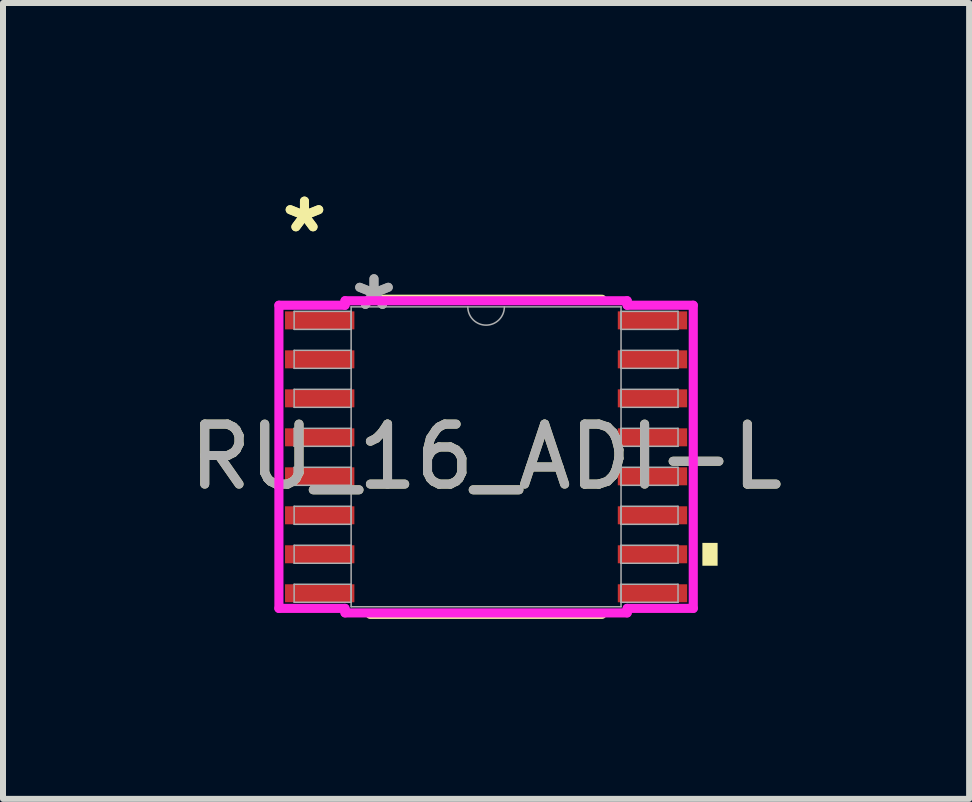
<source format=kicad_pcb>
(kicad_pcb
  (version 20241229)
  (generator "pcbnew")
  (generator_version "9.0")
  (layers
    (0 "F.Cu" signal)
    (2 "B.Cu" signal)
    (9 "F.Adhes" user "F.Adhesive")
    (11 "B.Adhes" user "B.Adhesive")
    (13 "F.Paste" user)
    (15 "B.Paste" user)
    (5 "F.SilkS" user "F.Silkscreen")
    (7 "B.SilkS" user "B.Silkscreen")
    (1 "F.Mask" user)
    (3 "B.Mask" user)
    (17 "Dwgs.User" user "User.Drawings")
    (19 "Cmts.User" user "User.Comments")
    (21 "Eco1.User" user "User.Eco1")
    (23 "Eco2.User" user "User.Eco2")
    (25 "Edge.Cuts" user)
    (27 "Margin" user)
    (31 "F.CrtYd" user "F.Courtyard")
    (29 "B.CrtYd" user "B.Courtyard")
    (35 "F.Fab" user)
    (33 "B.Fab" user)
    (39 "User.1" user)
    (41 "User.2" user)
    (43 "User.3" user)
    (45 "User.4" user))
  (footprint "RU_16_ADI-L"
    (layer "F.Cu")
    (at 5.054 4.566)
    (property "Reference" "RU_16_ADI-L" (at 0 0 0) (unlocked yes) (layer "F.SilkS") (effects (font (size 1 1) (thickness 0.15))))
    (attr smd)
    (fp_line (start -1.932 2.627) (end 1.932 2.627) (stroke (width 0.152) (type solid)) (layer "F.SilkS"))
    (fp_line (start 1.932 -2.627) (end -1.932 -2.627) (stroke (width 0.152) (type solid)) (layer "F.SilkS"))
    (fp_poly (pts (xy 3.86 1.435) (xy 3.86 1.816) (xy 3.606 1.816) (xy 3.606 1.435)) (stroke (width 0) (type solid)) (fill yes) (layer "F.SilkS"))
    (fp_line (start -3.454 -2.527) (end -2.352 -2.527) (stroke (width 0.152) (type solid)) (layer "F.CrtYd"))
    (fp_line (start -3.454 2.527) (end -3.454 -2.527) (stroke (width 0.152) (type solid)) (layer "F.CrtYd"))
    (fp_line (start -3.454 2.527) (end -2.352 2.527) (stroke (width 0.152) (type solid)) (layer "F.CrtYd"))
    (fp_line (start -2.352 -2.602) (end 2.352 -2.602) (stroke (width 0.152) (type solid)) (layer "F.CrtYd"))
    (fp_line (start -2.352 -2.527) (end -2.352 -2.602) (stroke (width 0.152) (type solid)) (layer "F.CrtYd"))
    (fp_line (start -2.352 2.602) (end -2.352 2.527) (stroke (width 0.152) (type solid)) (layer "F.CrtYd"))
    (fp_line (start 2.352 -2.602) (end 2.352 -2.527) (stroke (width 0.152) (type solid)) (layer "F.CrtYd"))
    (fp_line (start 2.352 2.527) (end 2.352 2.602) (stroke (width 0.152) (type solid)) (layer "F.CrtYd"))
    (fp_line (start 2.352 2.602) (end -2.352 2.602) (stroke (width 0.152) (type solid)) (layer "F.CrtYd"))
    (fp_line (start 3.454 -2.527) (end 2.352 -2.527) (stroke (width 0.152) (type solid)) (layer "F.CrtYd"))
    (fp_line (start 3.454 -2.527) (end 3.454 2.527) (stroke (width 0.152) (type solid)) (layer "F.CrtYd"))
    (fp_line (start 3.454 2.527) (end 2.352 2.527) (stroke (width 0.152) (type solid)) (layer "F.CrtYd"))
    (fp_line (start -3.2 -2.425) (end -3.2 -2.125) (stroke (width 0.025) (type solid)) (layer "F.Fab"))
    (fp_line (start -3.2 -2.125) (end -2.25 -2.125) (stroke (width 0.025) (type solid)) (layer "F.Fab"))
    (fp_line (start -3.2 -1.775) (end -3.2 -1.475) (stroke (width 0.025) (type solid)) (layer "F.Fab"))
    (fp_line (start -3.2 -1.475) (end -2.25 -1.475) (stroke (width 0.025) (type solid)) (layer "F.Fab"))
    (fp_line (start -3.2 -1.125) (end -3.2 -0.825) (stroke (width 0.025) (type solid)) (layer "F.Fab"))
    (fp_line (start -3.2 -0.825) (end -2.25 -0.825) (stroke (width 0.025) (type solid)) (layer "F.Fab"))
    (fp_line (start -3.2 -0.475) (end -3.2 -0.175) (stroke (width 0.025) (type solid)) (layer "F.Fab"))
    (fp_line (start -3.2 -0.175) (end -2.25 -0.175) (stroke (width 0.025) (type solid)) (layer "F.Fab"))
    (fp_line (start -3.2 0.175) (end -3.2 0.475) (stroke (width 0.025) (type solid)) (layer "F.Fab"))
    (fp_line (start -3.2 0.475) (end -2.25 0.475) (stroke (width 0.025) (type solid)) (layer "F.Fab"))
    (fp_line (start -3.2 0.825) (end -3.2 1.125) (stroke (width 0.025) (type solid)) (layer "F.Fab"))
    (fp_line (start -3.2 1.125) (end -2.25 1.125) (stroke (width 0.025) (type solid)) (layer "F.Fab"))
    (fp_line (start -3.2 1.475) (end -3.2 1.775) (stroke (width 0.025) (type solid)) (layer "F.Fab"))
    (fp_line (start -3.2 1.775) (end -2.25 1.775) (stroke (width 0.025) (type solid)) (layer "F.Fab"))
    (fp_line (start -3.2 2.125) (end -3.2 2.425) (stroke (width 0.025) (type solid)) (layer "F.Fab"))
    (fp_line (start -3.2 2.425) (end -2.25 2.425) (stroke (width 0.025) (type solid)) (layer "F.Fab"))
    (fp_line (start -2.25 -2.5) (end -2.25 2.5) (stroke (width 0.025) (type solid)) (layer "F.Fab"))
    (fp_line (start -2.25 -2.425) (end -3.2 -2.425) (stroke (width 0.025) (type solid)) (layer "F.Fab"))
    (fp_line (start -2.25 -2.125) (end -2.25 -2.425) (stroke (width 0.025) (type solid)) (layer "F.Fab"))
    (fp_line (start -2.25 -1.775) (end -3.2 -1.775) (stroke (width 0.025) (type solid)) (layer "F.Fab"))
    (fp_line (start -2.25 -1.475) (end -2.25 -1.775) (stroke (width 0.025) (type solid)) (layer "F.Fab"))
    (fp_line (start -2.25 -1.125) (end -3.2 -1.125) (stroke (width 0.025) (type solid)) (layer "F.Fab"))
    (fp_line (start -2.25 -0.825) (end -2.25 -1.125) (stroke (width 0.025) (type solid)) (layer "F.Fab"))
    (fp_line (start -2.25 -0.475) (end -3.2 -0.475) (stroke (width 0.025) (type solid)) (layer "F.Fab"))
    (fp_line (start -2.25 -0.175) (end -2.25 -0.475) (stroke (width 0.025) (type solid)) (layer "F.Fab"))
    (fp_line (start -2.25 0.175) (end -3.2 0.175) (stroke (width 0.025) (type solid)) (layer "F.Fab"))
    (fp_line (start -2.25 0.475) (end -2.25 0.175) (stroke (width 0.025) (type solid)) (layer "F.Fab"))
    (fp_line (start -2.25 0.825) (end -3.2 0.825) (stroke (width 0.025) (type solid)) (layer "F.Fab"))
    (fp_line (start -2.25 1.125) (end -2.25 0.825) (stroke (width 0.025) (type solid)) (layer "F.Fab"))
    (fp_line (start -2.25 1.475) (end -3.2 1.475) (stroke (width 0.025) (type solid)) (layer "F.Fab"))
    (fp_line (start -2.25 1.775) (end -2.25 1.475) (stroke (width 0.025) (type solid)) (layer "F.Fab"))
    (fp_line (start -2.25 2.125) (end -3.2 2.125) (stroke (width 0.025) (type solid)) (layer "F.Fab"))
    (fp_line (start -2.25 2.425) (end -2.25 2.125) (stroke (width 0.025) (type solid)) (layer "F.Fab"))
    (fp_line (start -2.25 2.5) (end 2.25 2.5) (stroke (width 0.025) (type solid)) (layer "F.Fab"))
    (fp_line (start 2.25 -2.5) (end -2.25 -2.5) (stroke (width 0.025) (type solid)) (layer "F.Fab"))
    (fp_line (start 2.25 -2.425) (end 2.25 -2.125) (stroke (width 0.025) (type solid)) (layer "F.Fab"))
    (fp_line (start 2.25 -2.125) (end 3.2 -2.125) (stroke (width 0.025) (type solid)) (layer "F.Fab"))
    (fp_line (start 2.25 -1.775) (end 2.25 -1.475) (stroke (width 0.025) (type solid)) (layer "F.Fab"))
    (fp_line (start 2.25 -1.475) (end 3.2 -1.475) (stroke (width 0.025) (type solid)) (layer "F.Fab"))
    (fp_line (start 2.25 -1.125) (end 2.25 -0.825) (stroke (width 0.025) (type solid)) (layer "F.Fab"))
    (fp_line (start 2.25 -0.825) (end 3.2 -0.825) (stroke (width 0.025) (type solid)) (layer "F.Fab"))
    (fp_line (start 2.25 -0.475) (end 2.25 -0.175) (stroke (width 0.025) (type solid)) (layer "F.Fab"))
    (fp_line (start 2.25 -0.175) (end 3.2 -0.175) (stroke (width 0.025) (type solid)) (layer "F.Fab"))
    (fp_line (start 2.25 0.175) (end 2.25 0.475) (stroke (width 0.025) (type solid)) (layer "F.Fab"))
    (fp_line (start 2.25 0.475) (end 3.2 0.475) (stroke (width 0.025) (type solid)) (layer "F.Fab"))
    (fp_line (start 2.25 0.825) (end 2.25 1.125) (stroke (width 0.025) (type solid)) (layer "F.Fab"))
    (fp_line (start 2.25 1.125) (end 3.2 1.125) (stroke (width 0.025) (type solid)) (layer "F.Fab"))
    (fp_line (start 2.25 1.475) (end 2.25 1.775) (stroke (width 0.025) (type solid)) (layer "F.Fab"))
    (fp_line (start 2.25 1.775) (end 3.2 1.775) (stroke (width 0.025) (type solid)) (layer "F.Fab"))
    (fp_line (start 2.25 2.125) (end 2.25 2.425) (stroke (width 0.025) (type solid)) (layer "F.Fab"))
    (fp_line (start 2.25 2.425) (end 3.2 2.425) (stroke (width 0.025) (type solid)) (layer "F.Fab"))
    (fp_line (start 2.25 2.5) (end 2.25 -2.5) (stroke (width 0.025) (type solid)) (layer "F.Fab"))
    (fp_line (start 3.2 -2.425) (end 2.25 -2.425) (stroke (width 0.025) (type solid)) (layer "F.Fab"))
    (fp_line (start 3.2 -2.125) (end 3.2 -2.425) (stroke (width 0.025) (type solid)) (layer "F.Fab"))
    (fp_line (start 3.2 -1.775) (end 2.25 -1.775) (stroke (width 0.025) (type solid)) (layer "F.Fab"))
    (fp_line (start 3.2 -1.475) (end 3.2 -1.775) (stroke (width 0.025) (type solid)) (layer "F.Fab"))
    (fp_line (start 3.2 -1.125) (end 2.25 -1.125) (stroke (width 0.025) (type solid)) (layer "F.Fab"))
    (fp_line (start 3.2 -0.825) (end 3.2 -1.125) (stroke (width 0.025) (type solid)) (layer "F.Fab"))
    (fp_line (start 3.2 -0.475) (end 2.25 -0.475) (stroke (width 0.025) (type solid)) (layer "F.Fab"))
    (fp_line (start 3.2 -0.175) (end 3.2 -0.475) (stroke (width 0.025) (type solid)) (layer "F.Fab"))
    (fp_line (start 3.2 0.175) (end 2.25 0.175) (stroke (width 0.025) (type solid)) (layer "F.Fab"))
    (fp_line (start 3.2 0.475) (end 3.2 0.175) (stroke (width 0.025) (type solid)) (layer "F.Fab"))
    (fp_line (start 3.2 0.825) (end 2.25 0.825) (stroke (width 0.025) (type solid)) (layer "F.Fab"))
    (fp_line (start 3.2 1.125) (end 3.2 0.825) (stroke (width 0.025) (type solid)) (layer "F.Fab"))
    (fp_line (start 3.2 1.475) (end 2.25 1.475) (stroke (width 0.025) (type solid)) (layer "F.Fab"))
    (fp_line (start 3.2 1.775) (end 3.2 1.475) (stroke (width 0.025) (type solid)) (layer "F.Fab"))
    (fp_line (start 3.2 2.125) (end 2.25 2.125) (stroke (width 0.025) (type solid)) (layer "F.Fab"))
    (fp_line (start 3.2 2.425) (end 3.2 2.125) (stroke (width 0.025) (type solid)) (layer "F.Fab"))
    (fp_arc (start 0.3048 -2.5) (mid 0 -2.1952) (end -0.3048 -2.5) (stroke (width 0.0254) (type solid)) (layer "F.Fab"))
    (fp_text user "*" (at -3.028 -3.718 0) (unlocked yes) (layer "F.SilkS") (effects (font (size 1 1) (thickness 0.15))))
    (fp_text user "*" (at -3.028 -3.718 0) (layer "F.SilkS") (effects (font (size 1 1) (thickness 0.15))))
    (fp_text user "*" (at -1.869 -2.424 0) (unlocked yes) (layer "F.Fab") (effects (font (size 1 1) (thickness 0.15))))
    (fp_text user "*" (at -1.869 -2.424 0) (layer "F.Fab") (effects (font (size 1 1) (thickness 0.15))))
    (fp_text user "${REFERENCE}" (at 0 0 0) (unlocked yes) (layer "F.Fab") (effects (font (size 1 1) (thickness 0.15))))
    (pad "1" smd rect (at -2.774 -2.275) (size 1.156 0.3) (layers "F.Cu" "F.Mask" "F.Paste"))
    (pad "2" smd rect (at -2.774 -1.625) (size 1.156 0.3) (layers "F.Cu" "F.Mask" "F.Paste"))
    (pad "3" smd rect (at -2.774 -0.975) (size 1.156 0.3) (layers "F.Cu" "F.Mask" "F.Paste"))
    (pad "4" smd rect (at -2.774 -0.325) (size 1.156 0.3) (layers "F.Cu" "F.Mask" "F.Paste"))
    (pad "5" smd rect (at -2.774 0.325) (size 1.156 0.3) (layers "F.Cu" "F.Mask" "F.Paste"))
    (pad "6" smd rect (at -2.774 0.975) (size 1.156 0.3) (layers "F.Cu" "F.Mask" "F.Paste"))
    (pad "7" smd rect (at -2.774 1.625) (size 1.156 0.3) (layers "F.Cu" "F.Mask" "F.Paste"))
    (pad "8" smd rect (at -2.774 2.275) (size 1.156 0.3) (layers "F.Cu" "F.Mask" "F.Paste"))
    (pad "9" smd rect (at 2.774 2.275) (size 1.156 0.3) (layers "F.Cu" "F.Mask" "F.Paste"))
    (pad "10" smd rect (at 2.774 1.625) (size 1.156 0.3) (layers "F.Cu" "F.Mask" "F.Paste"))
    (pad "11" smd rect (at 2.774 0.975) (size 1.156 0.3) (layers "F.Cu" "F.Mask" "F.Paste"))
    (pad "12" smd rect (at 2.774 0.325) (size 1.156 0.3) (layers "F.Cu" "F.Mask" "F.Paste"))
    (pad "13" smd rect (at 2.774 -0.325) (size 1.156 0.3) (layers "F.Cu" "F.Mask" "F.Paste"))
    (pad "14" smd rect (at 2.774 -0.975) (size 1.156 0.3) (layers "F.Cu" "F.Mask" "F.Paste"))
    (pad "15" smd rect (at 2.774 -1.625) (size 1.156 0.3) (layers "F.Cu" "F.Mask" "F.Paste"))
    (pad "16" smd rect (at 2.774 -2.275) (size 1.156 0.3) (layers "F.Cu" "F.Mask" "F.Paste")))
  (gr_rect
    (start -3 -3)
    (end 13.107 10.269)
    (stroke (width 0.1) (type default))
    (fill no)
    (layer "Edge.Cuts")))
</source>
